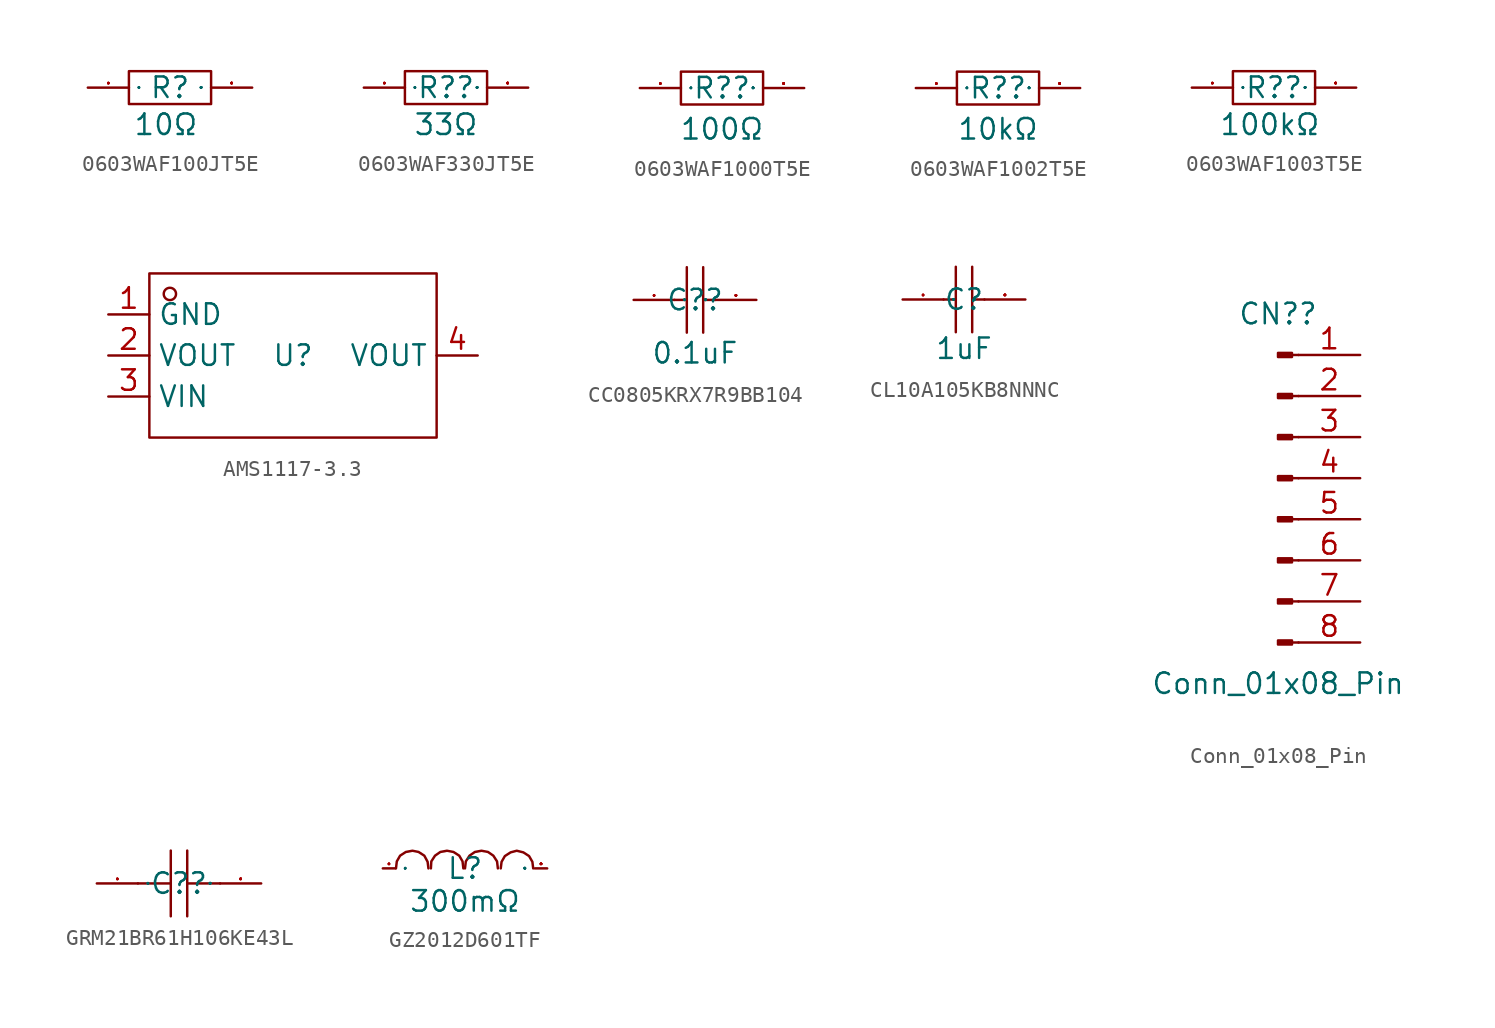
<source format=kicad_sym>
(kicad_symbol_lib
  (version 20231120)
  (generator "kicad_symbol_editor")
  (generator_version "8.0")
  (symbol "0603WAF100JT5E"
    (property "Reference" "R"
      (at 0 0 0)
      (effects (font (size 1.27 1.27))))
    (property "Value" "10Ω"
      (at -0.254 -2.286 0)
      (effects (font (size 1.27 1.27))))
    (symbol "0603WAF100JT5E_1_0"
      (rectangle (start -2.54 -1.016) (end 2.54 1.016) (stroke (width 0) (type default)) (fill (type none)))
      (pin passive line (at -5.08 0 0) (length 2.54) (name "1" (effects (font (size 0.025 0.025)))) (number "1" (effects (font (size 0.025 0.025)))))
      (pin passive line (at 5.08 0 180) (length 2.54) (name "2" (effects (font (size 0.025 0.025)))) (number "2" (effects (font (size 0.025 0.025)))))))
  (symbol "0603WAF330JT5E"
    (property "Reference" "R?"
      (at 0 0 0)
      (effects (font (size 1.27 1.27))))
    (property "Value" " 33Ω"
      (at 0 -2.286 0)
      (effects (font (size 1.27 1.27))))
    (symbol "0603WAF330JT5E_1_0"
      (rectangle (start -2.54 -1.016) (end 2.54 1.016) (stroke (width 0) (type default)) (fill (type none)))
      (pin passive line (at -5.08 0 0) (length 2.54) (name "1" (effects (font (size 0.025 0.025)))) (number "1" (effects (font (size 0.025 0.025)))))
      (pin passive line (at 5.08 0 180) (length 2.54) (name "2" (effects (font (size 0.025 0.025)))) (number "2" (effects (font (size 0.025 0.025)))))))
  (symbol "0603WAF1000T5E"
    (property "Reference" "R?"
      (at 0 0 0)
      (effects (font (size 1.27 1.27))))
    (property "Value" " 100Ω"
      (at 0 -2.54 0)
      (effects (font (size 1.27 1.27))))
    (symbol "0603WAF1000T5E_1_0"
      (rectangle (start -2.54 -1.016) (end 2.54 1.016) (stroke (width 0) (type default)) (fill (type none)))
      (pin passive line (at -5.08 0 0) (length 2.54) (name "1" (effects (font (size 0.025 0.025)))) (number "1" (effects (font (size 0.025 0.025)))))
      (pin passive line (at 5.08 0 180) (length 2.54) (name "2" (effects (font (size 0.025 0.025)))) (number "2" (effects (font (size 0.025 0.025)))))))
  (symbol "0603WAF1002T5E"
    (property "Reference" "R?"
      (at 0 0 0)
      (effects (font (size 1.27 1.27))))
    (property "Value" " 10kΩ"
      (at 0 -2.54 0)
      (effects (font (size 1.27 1.27))))
    (symbol "0603WAF1002T5E_1_0"
      (rectangle (start -2.54 -1.016) (end 2.54 1.016) (stroke (width 0) (type default)) (fill (type none)))
      (pin passive line (at -5.08 0 0) (length 2.54) (name "1" (effects (font (size 0.025 0.025)))) (number "1" (effects (font (size 0.025 0.025)))))
      (pin passive line (at 5.08 0 180) (length 2.54) (name "2" (effects (font (size 0.025 0.025)))) (number "2" (effects (font (size 0.025 0.025)))))))
  (symbol "0603WAF1003T5E"
    (property "Reference" "R?"
      (at 0 0 0)
      (effects (font (size 1.27 1.27))))
    (property "Value" " 100kΩ"
      (at -0.254 -2.286 0)
      (effects (font (size 1.27 1.27))))
    (symbol "0603WAF1003T5E_1_0"
      (rectangle (start -2.54 -1.016) (end 2.54 1.016) (stroke (width 0) (type default)) (fill (type none)))
      (pin passive line (at -5.08 0 0) (length 2.54) (name "1" (effects (font (size 0.025 0.025)))) (number "1" (effects (font (size 0.025 0.025)))))
      (pin passive line (at 5.08 0 180) (length 2.54) (name "2" (effects (font (size 0.025 0.025)))) (number "2" (effects (font (size 0.025 0.025)))))))
  (symbol "AMS1117-3.3"
    (property "Reference" "U"
      (at 0 0 0)
      (effects (font (size 1.27 1.27))))
    (symbol "AMS1117-3.3_1_0"
      (rectangle (start -8.89 -5.08) (end 8.89 5.08) (stroke (width 0) (type default)) (fill (type none)))
      (circle (center -7.62 3.81) (radius 0.381) (stroke (width 0) (type default)) (fill (type none)))
      (pin power_in line (at -11.43 2.54 0) (length 2.54) (name "GND" (effects (font (size 1.27 1.27)))) (number "1" (effects (font (size 1.27 1.27)))))
      (pin power_out line (at -11.43 0 0) (length 2.54) (name "VOUT" (effects (font (size 1.27 1.27)))) (number "2" (effects (font (size 1.27 1.27)))))
      (pin power_in line (at -11.43 -2.54 0) (length 2.54) (name "VIN" (effects (font (size 1.27 1.27)))) (number "3" (effects (font (size 1.27 1.27)))))
      (pin unspecified line (at 11.43 0 180) (length 2.54) (name "VOUT" (effects (font (size 1.27 1.27)))) (number "4" (effects (font (size 1.27 1.27)))))))
  (symbol "CC0805KRX7R9BB104"
    (property "Reference" "C?"
      (at 0 0 0)
      (effects (font (size 1.27 1.27))))
    (property "Value" "0.1uF"
      (at 0 -3.302 0)
      (effects (font (size 1.27 1.27))))
    (symbol "CC0805KRX7R9BB104_1_0"
      (polyline (pts (xy -1.27 0) (xy -0.508 0)) (stroke (width 0) (type default)) (fill (type none)))
      (polyline (pts (xy -0.508 2.032) (xy -0.508 -2.032)) (stroke (width 0) (type default)) (fill (type none)))
      (polyline (pts (xy 0.508 0) (xy 1.27 0)) (stroke (width 0) (type default)) (fill (type none)))
      (polyline (pts (xy 0.508 2.032) (xy 0.508 -2.032)) (stroke (width 0) (type default)) (fill (type none)))
      (pin passive line (at -3.81 0 0) (length 2.54) (name "1" (effects (font (size 0.025 0.025)))) (number "1" (effects (font (size 0.025 0.025)))))
      (pin passive line (at 3.81 0 180) (length 2.54) (name "2" (effects (font (size 0.025 0.025)))) (number "2" (effects (font (size 0.025 0.025)))))))
  (symbol "CL10A105KB8NNNC"
    (property "Reference" "C"
      (at 0 0 0)
      (effects (font (size 1.27 1.27))))
    (property "Value" "1uF"
      (at 0 -3.048 0)
      (effects (font (size 1.27 1.27))))
    (symbol "CL10A105KB8NNNC_1_0"
      (polyline (pts (xy -0.508 -2.032) (xy -0.508 2.032)) (stroke (width 0) (type default)) (fill (type none)))
      (polyline (pts (xy -0.508 0) (xy -1.27 0)) (stroke (width 0) (type default)) (fill (type none)))
      (polyline (pts (xy 0.508 2.032) (xy 0.508 -2.032)) (stroke (width 0) (type default)) (fill (type none)))
      (polyline (pts (xy 1.27 0) (xy 0.508 0)) (stroke (width 0) (type default)) (fill (type none)))
      (pin passive line (at -3.81 0 0) (length 2.54) (name "1" (effects (font (size 0.025 0.025)))) (number "1" (effects (font (size 0.025 0.025)))))
      (pin passive line (at 3.81 0 180) (length 2.54) (name "2" (effects (font (size 0.025 0.025)))) (number "2" (effects (font (size 0.025 0.025)))))))
  (symbol "Conn_01x08_Pin"
    (pin_names
      (offset 1.016) hide)
    (property "Reference" "CN?"
      (at 0 10.16 0)
      (effects (font (size 1.27 1.27))))
    (property "Value" "Conn_01x08_Pin"
      (at 0 -12.7 0)
      (effects (font (size 1.27 1.27))))
    (symbol "Conn_01x08_Pin_1_1"
      (polyline (pts (xy 1.27 -10.16) (xy 0.864 -10.16)) (stroke (width 0.152) (type default)) (fill (type none)))
      (polyline (pts (xy 1.27 -7.62) (xy 0.864 -7.62)) (stroke (width 0.152) (type default)) (fill (type none)))
      (polyline (pts (xy 1.27 -5.08) (xy 0.864 -5.08)) (stroke (width 0.152) (type default)) (fill (type none)))
      (polyline (pts (xy 1.27 -2.54) (xy 0.864 -2.54)) (stroke (width 0.152) (type default)) (fill (type none)))
      (polyline (pts (xy 1.27 0) (xy 0.864 0)) (stroke (width 0.152) (type default)) (fill (type none)))
      (polyline (pts (xy 1.27 2.54) (xy 0.864 2.54)) (stroke (width 0.152) (type default)) (fill (type none)))
      (polyline (pts (xy 1.27 5.08) (xy 0.864 5.08)) (stroke (width 0.152) (type default)) (fill (type none)))
      (polyline (pts (xy 1.27 7.62) (xy 0.864 7.62)) (stroke (width 0.152) (type default)) (fill (type none)))
      (rectangle (start 0.864 -10.033) (end 0 -10.287) (stroke (width 0.152) (type default)) (fill (type outline)))
      (rectangle (start 0.864 -7.493) (end 0 -7.747) (stroke (width 0.152) (type default)) (fill (type outline)))
      (rectangle (start 0.864 -4.953) (end 0 -5.207) (stroke (width 0.152) (type default)) (fill (type outline)))
      (rectangle (start 0.864 -2.413) (end 0 -2.667) (stroke (width 0.152) (type default)) (fill (type outline)))
      (rectangle (start 0.864 0.127) (end 0 -0.127) (stroke (width 0.152) (type default)) (fill (type outline)))
      (rectangle (start 0.864 2.667) (end 0 2.413) (stroke (width 0.152) (type default)) (fill (type outline)))
      (rectangle (start 0.864 5.207) (end 0 4.953) (stroke (width 0.152) (type default)) (fill (type outline)))
      (rectangle (start 0.864 7.747) (end 0 7.493) (stroke (width 0.152) (type default)) (fill (type outline)))
      (pin passive line (at 5.08 7.62 180) (length 3.81) (name "Pin_1" (effects (font (size 1.27 1.27)))) (number "1" (effects (font (size 1.27 1.27)))))
      (pin passive line (at 5.08 5.08 180) (length 3.81) (name "Pin_2" (effects (font (size 1.27 1.27)))) (number "2" (effects (font (size 1.27 1.27)))))
      (pin passive line (at 5.08 2.54 180) (length 3.81) (name "Pin_3" (effects (font (size 1.27 1.27)))) (number "3" (effects (font (size 1.27 1.27)))))
      (pin passive line (at 5.08 0 180) (length 3.81) (name "Pin_4" (effects (font (size 1.27 1.27)))) (number "4" (effects (font (size 1.27 1.27)))))
      (pin passive line (at 5.08 -2.54 180) (length 3.81) (name "Pin_5" (effects (font (size 1.27 1.27)))) (number "5" (effects (font (size 1.27 1.27)))))
      (pin passive line (at 5.08 -5.08 180) (length 3.81) (name "Pin_6" (effects (font (size 1.27 1.27)))) (number "6" (effects (font (size 1.27 1.27)))))
      (pin passive line (at 5.08 -7.62 180) (length 3.81) (name "Pin_7" (effects (font (size 1.27 1.27)))) (number "7" (effects (font (size 1.27 1.27)))))
      (pin passive line (at 5.08 -10.16 180) (length 3.81) (name "Pin_8" (effects (font (size 1.27 1.27)))) (number "8" (effects (font (size 1.27 1.27)))))))
  (symbol "GRM21BR61H106KE43L"
    (property "Reference" "C?"
      (at 0 0 0)
      (effects (font (size 1.27 1.27))))
    (property "Value" ""
      (at 0 0 0)
      (effects (font (size 1.27 1.27))))
    (symbol "GRM21BR61H106KE43L_1_0"
      (polyline (pts (xy -0.508 -2.032) (xy -0.508 2.032)) (stroke (width 0) (type default)) (fill (type none)))
      (polyline (pts (xy -0.508 0) (xy -2.54 0)) (stroke (width 0) (type default)) (fill (type none)))
      (polyline (pts (xy 0.508 2.032) (xy 0.508 -2.032)) (stroke (width 0) (type default)) (fill (type none)))
      (polyline (pts (xy 2.54 0) (xy 0.508 0)) (stroke (width 0) (type default)) (fill (type none)))
      (pin passive line (at -5.08 0 0) (length 2.54) (name "1" (effects (font (size 0.025 0.025)))) (number "1" (effects (font (size 0.025 0.025)))))
      (pin passive line (at 5.08 0 180) (length 2.54) (name "2" (effects (font (size 0.025 0.025)))) (number "2" (effects (font (size 0.025 0.025)))))))
  (symbol "GZ2012D601TF"
    (property "Reference" "L"
      (at 0 0 0)
      (effects (font (size 1.27 1.27))))
    (property "Value" "300mΩ"
      (at 0 -2.032 0)
      (effects (font (size 1.27 1.27))))
    (symbol "GZ2012D601TF_1_0"
      (polyline (pts (xy -4.267 0) (xy -4.216 0.432) (xy -4.216 0.432) (xy -4.013 0.787) (xy -4.013 0.787) (xy -3.658 1.016) (xy -3.658 1.016) (xy -3.251 1.092) (xy -3.251 1.092) (xy -2.87 1.016) (xy -2.87 1.016) (xy -2.515 0.787) (xy -2.515 0.787) (xy -2.311 0.406) (xy -2.311 0.406) (xy -2.261 0)) (stroke (width 0) (type default)) (fill (type none)))
      (polyline (pts (xy -2.108 0) (xy -2.083 0.432) (xy -2.083 0.432) (xy -1.854 0.787) (xy -1.854 0.787) (xy -1.524 1.016) (xy -1.524 1.016) (xy -1.118 1.092) (xy -1.118 1.092) (xy -0.711 1.016) (xy -0.711 1.016) (xy -0.356 0.787) (xy -0.356 0.787) (xy -0.152 0.432) (xy -0.152 0.432) (xy -0.102 0)) (stroke (width 0) (type default)) (fill (type none)))
      (polyline (pts (xy 0 0) (xy 0.051 0.432) (xy 0.051 0.432) (xy 0.279 0.787) (xy 0.279 0.787) (xy 0.61 1.016) (xy 0.61 1.016) (xy 1.016 1.092) (xy 1.016 1.092) (xy 1.422 1.016) (xy 1.422 1.016) (xy 1.753 0.787) (xy 1.753 0.787) (xy 1.981 0.432) (xy 1.981 0.432) (xy 2.032 0)) (stroke (width 0) (type default)) (fill (type none)))
      (polyline (pts (xy 2.21 0) (xy 2.261 0.406) (xy 2.261 0.406) (xy 2.464 0.762) (xy 2.464 0.762) (xy 2.819 0.991) (xy 2.819 0.991) (xy 3.2 1.092) (xy 3.2 1.092) (xy 3.607 0.991) (xy 3.607 0.991) (xy 3.962 0.762) (xy 3.962 0.762) (xy 4.166 0.406) (xy 4.166 0.406) (xy 4.216 0)) (stroke (width 0) (type default)) (fill (type none)))
      (pin passive line (at -5.08 0 0) (length 0.762) (name "1" (effects (font (size 0.025 0.025)))) (number "1" (effects (font (size 0.025 0.025)))))
      (pin passive line (at 5.08 0 180) (length 0.762) (name "2" (effects (font (size 0.025 0.025)))) (number "2" (effects (font (size 0.025 0.025))))))))
</source>
